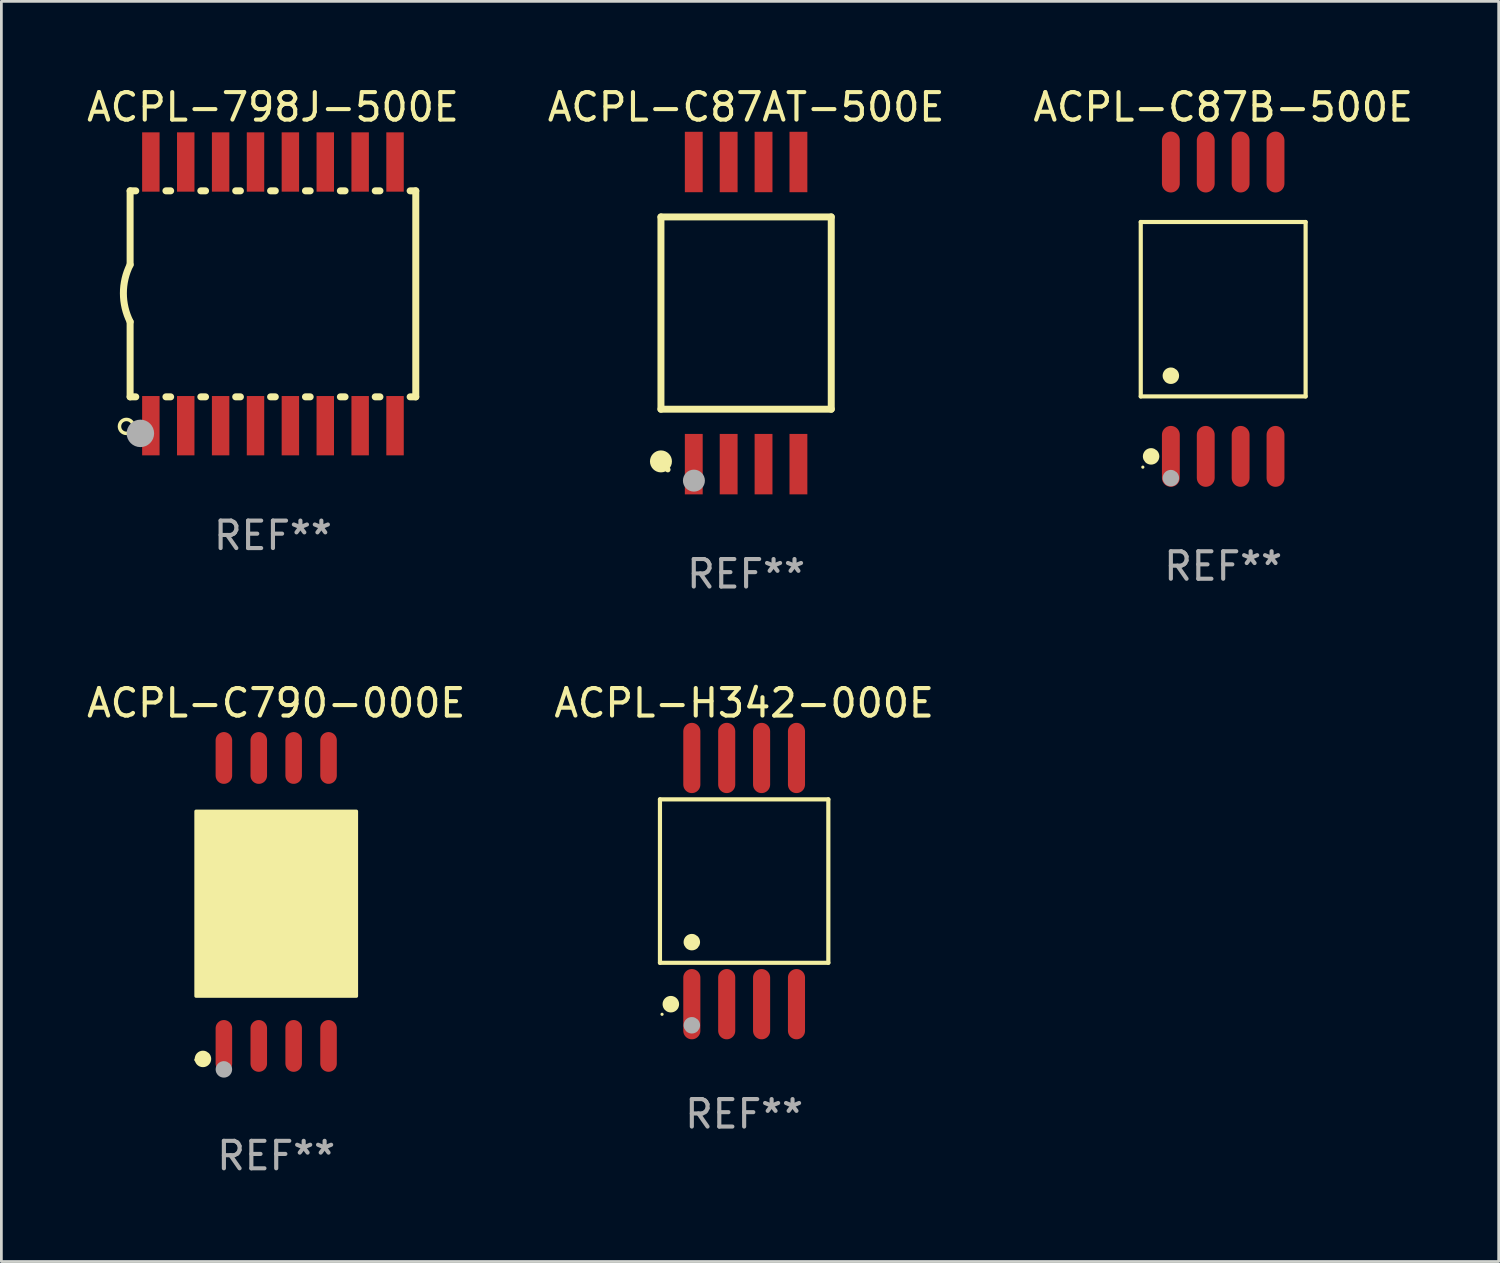
<source format=kicad_pcb>
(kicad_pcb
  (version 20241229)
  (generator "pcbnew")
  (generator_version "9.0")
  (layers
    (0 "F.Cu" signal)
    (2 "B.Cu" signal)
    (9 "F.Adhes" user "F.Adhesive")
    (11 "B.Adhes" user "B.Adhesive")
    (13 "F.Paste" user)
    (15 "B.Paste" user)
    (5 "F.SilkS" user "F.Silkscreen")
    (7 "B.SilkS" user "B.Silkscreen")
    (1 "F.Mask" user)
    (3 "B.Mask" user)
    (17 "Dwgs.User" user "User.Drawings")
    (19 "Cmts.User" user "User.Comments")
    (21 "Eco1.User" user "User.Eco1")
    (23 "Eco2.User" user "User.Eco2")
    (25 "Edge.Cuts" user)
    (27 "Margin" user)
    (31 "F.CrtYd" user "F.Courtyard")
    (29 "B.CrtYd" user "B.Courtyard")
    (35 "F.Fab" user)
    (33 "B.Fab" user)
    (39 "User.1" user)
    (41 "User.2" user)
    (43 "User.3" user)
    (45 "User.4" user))
  (footprint "ACPL-C87AT-500E"
    (layer "F.Cu")
    (at 24.113 8.348)
    (property "Reference" "ACPL-C87AT-500E" (at 0 -7.5 0) (layer "F.SilkS") (effects (font (size 1 1) (thickness 0.15))))
    (attr through_hole)
    (fp_line (start -3.1 -3.5) (end 3.1 -3.5) (stroke (width 0.254) (type solid)) (layer "F.SilkS"))
    (fp_line (start -3.1 3.5) (end -3.1 -3.5) (stroke (width 0.254) (type solid)) (layer "F.SilkS"))
    (fp_line (start 3.1 -3.5) (end 3.1 3.5) (stroke (width 0.254) (type solid)) (layer "F.SilkS"))
    (fp_line (start 3.1 3.5) (end -3.1 3.5) (stroke (width 0.254) (type solid)) (layer "F.SilkS"))
    (fp_circle (center -3.1 5.4) (end -2.9 5.4) (stroke (width 0.4) (type solid)) (fill no) (layer "F.SilkS"))
    (fp_circle (center -2.85 5.7) (end -2.8 5.7) (stroke (width 0.1) (type solid)) (fill no) (layer "F.SilkS"))
    (fp_circle (center -1.9 6.1) (end -1.7 6.1) (stroke (width 0.4) (type solid)) (fill no) (layer "F.Fab"))
    (fp_text user "REF**" (at 0 9.5 0) (layer "F.Fab") (effects (font (size 1 1) (thickness 0.15))))
    (pad "1" smd rect (at -1.905 5.5) (size 0.65 2.2) (layers "F.Cu" "F.Mask" "F.Paste"))
    (pad "2" smd rect (at -0.635 5.5) (size 0.65 2.2) (layers "F.Cu" "F.Mask" "F.Paste"))
    (pad "3" smd rect (at 0.635 5.5) (size 0.65 2.2) (layers "F.Cu" "F.Mask" "F.Paste"))
    (pad "4" smd rect (at 1.905 5.5) (size 0.65 2.2) (layers "F.Cu" "F.Mask" "F.Paste"))
    (pad "5" smd rect (at 1.905 -5.5) (size 0.65 2.2) (layers "F.Cu" "F.Mask" "F.Paste"))
    (pad "6" smd rect (at 0.635 -5.5) (size 0.65 2.2) (layers "F.Cu" "F.Mask" "F.Paste"))
    (pad "7" smd rect (at -0.635 -5.5) (size 0.65 2.2) (layers "F.Cu" "F.Mask" "F.Paste"))
    (pad "8" smd rect (at -1.905 -5.5) (size 0.65 2.2) (layers "F.Cu" "F.Mask" "F.Paste")))
  (footprint "ACPL-C790-000E"
    (layer "F.Cu")
    (at 7.006 29.787)
    (property "Reference" "ACPL-C790-000E" (at 0 -7.242 0) (layer "F.SilkS") (effects (font (size 1 1) (thickness 0.15))))
    (attr through_hole)
    (fp_circle (center -2.925 5.75) (end -2.895 5.75) (stroke (width 0.06) (type solid)) (fill no) (layer "F.SilkS"))
    (fp_circle (center -2.667 5.715) (end -2.517 5.715) (stroke (width 0.3) (type solid)) (fill no) (layer "F.SilkS"))
    (fp_poly (pts (xy -2.921 -3.302) (xy 2.921 -3.302) (xy 2.921 3.429) (xy -2.921 3.429)) (stroke (width 0.12) (type solid)) (fill yes) (layer "F.SilkS"))
    (fp_circle (center -1.905 6.096) (end -1.755 6.096) (stroke (width 0.3) (type solid)) (fill no) (layer "F.Fab"))
    (fp_text user "REF**" (at 0 9.242 0) (layer "F.Fab") (effects (font (size 1 1) (thickness 0.15))))
    (pad "1" smd oval (at -1.905 5.242) (size 0.602 1.885) (layers "F.Cu" "F.Mask" "F.Paste"))
    (pad "2" smd oval (at -0.635 5.242) (size 0.602 1.885) (layers "F.Cu" "F.Mask" "F.Paste"))
    (pad "3" smd oval (at 0.635 5.242) (size 0.602 1.885) (layers "F.Cu" "F.Mask" "F.Paste"))
    (pad "4" smd oval (at 1.905 5.242) (size 0.602 1.885) (layers "F.Cu" "F.Mask" "F.Paste"))
    (pad "5" smd oval (at 1.905 -5.242) (size 0.602 1.885) (layers "F.Cu" "F.Mask" "F.Paste"))
    (pad "6" smd oval (at 0.635 -5.242) (size 0.602 1.885) (layers "F.Cu" "F.Mask" "F.Paste"))
    (pad "7" smd oval (at -0.635 -5.242) (size 0.602 1.885) (layers "F.Cu" "F.Mask" "F.Paste"))
    (pad "8" smd oval (at -1.905 -5.242) (size 0.602 1.885) (layers "F.Cu" "F.Mask" "F.Paste")))
  (footprint "ACPL-C87B-500E"
    (layer "F.Cu")
    (at 41.482 8.207)
    (property "Reference" "ACPL-C87B-500E" (at 0 -7.358 0) (layer "F.SilkS") (effects (font (size 1 1) (thickness 0.15))))
    (attr through_hole)
    (fp_line (start -3.001 -3.175) (end 3.001 -3.175) (stroke (width 0.152) (type solid)) (layer "F.SilkS"))
    (fp_line (start -3.001 3.175) (end -3.001 -3.175) (stroke (width 0.152) (type solid)) (layer "F.SilkS"))
    (fp_line (start 3.001 -3.175) (end 3.001 3.175) (stroke (width 0.152) (type solid)) (layer "F.SilkS"))
    (fp_line (start 3.001 3.175) (end -3.001 3.175) (stroke (width 0.152) (type solid)) (layer "F.SilkS"))
    (fp_circle (center -2.925 5.75) (end -2.895 5.75) (stroke (width 0.06) (type solid)) (fill no) (layer "F.SilkS"))
    (fp_circle (center -2.624 5.358) (end -2.474 5.358) (stroke (width 0.3) (type solid)) (fill no) (layer "F.SilkS"))
    (fp_circle (center -1.905 2.422) (end -1.755 2.422) (stroke (width 0.3) (type solid)) (fill no) (layer "F.SilkS"))
    (fp_circle (center -1.905 6.15) (end -1.755 6.15) (stroke (width 0.3) (type solid)) (fill no) (layer "F.Fab"))
    (fp_text user "REF**" (at 0 9.358 0) (layer "F.Fab") (effects (font (size 1 1) (thickness 0.15))))
    (pad "1" smd oval (at -1.905 5.358) (size 0.65 2.217) (layers "F.Cu" "F.Mask" "F.Paste"))
    (pad "2" smd oval (at -0.635 5.358) (size 0.65 2.217) (layers "F.Cu" "F.Mask" "F.Paste"))
    (pad "3" smd oval (at 0.635 5.358) (size 0.65 2.217) (layers "F.Cu" "F.Mask" "F.Paste"))
    (pad "4" smd oval (at 1.905 5.358) (size 0.65 2.217) (layers "F.Cu" "F.Mask" "F.Paste"))
    (pad "5" smd oval (at 1.905 -5.358) (size 0.65 2.217) (layers "F.Cu" "F.Mask" "F.Paste"))
    (pad "6" smd oval (at 0.635 -5.358) (size 0.65 2.217) (layers "F.Cu" "F.Mask" "F.Paste"))
    (pad "7" smd oval (at -0.635 -5.358) (size 0.65 2.217) (layers "F.Cu" "F.Mask" "F.Paste"))
    (pad "8" smd oval (at -1.905 -5.358) (size 0.65 2.217) (layers "F.Cu" "F.Mask" "F.Paste")))
  (footprint "ACPL-H342-000E"
    (layer "F.Cu")
    (at 24.042 29.027)
    (property "Reference" "ACPL-H342-000E" (at 0 -6.482 0) (layer "F.SilkS") (effects (font (size 1 1) (thickness 0.15))))
    (attr through_hole)
    (fp_line (start -3.065 -2.975) (end 3.065 -2.975) (stroke (width 0.152) (type solid)) (layer "F.SilkS"))
    (fp_line (start -3.065 2.975) (end -3.065 -2.975) (stroke (width 0.152) (type solid)) (layer "F.SilkS"))
    (fp_line (start 3.065 -2.975) (end 3.065 2.975) (stroke (width 0.152) (type solid)) (layer "F.SilkS"))
    (fp_line (start 3.065 2.975) (end -3.065 2.975) (stroke (width 0.152) (type solid)) (layer "F.SilkS"))
    (fp_circle (center -2.989 4.85) (end -2.959 4.85) (stroke (width 0.06) (type solid)) (fill no) (layer "F.SilkS"))
    (fp_circle (center -2.669 4.482) (end -2.518 4.482) (stroke (width 0.3) (type solid)) (fill no) (layer "F.SilkS"))
    (fp_circle (center -1.905 2.223) (end -1.755 2.223) (stroke (width 0.3) (type solid)) (fill no) (layer "F.SilkS"))
    (fp_circle (center -1.905 5.25) (end -1.755 5.25) (stroke (width 0.3) (type solid)) (fill no) (layer "F.Fab"))
    (fp_text user "REF**" (at 0 8.482 0) (layer "F.Fab") (effects (font (size 1 1) (thickness 0.15))))
    (pad "1" smd oval (at -1.905 4.482) (size 0.622 2.558) (layers "F.Cu" "F.Mask" "F.Paste"))
    (pad "2" smd oval (at -0.635 4.482) (size 0.622 2.558) (layers "F.Cu" "F.Mask" "F.Paste"))
    (pad "3" smd oval (at 0.635 4.482) (size 0.622 2.558) (layers "F.Cu" "F.Mask" "F.Paste"))
    (pad "4" smd oval (at 1.905 4.482) (size 0.622 2.558) (layers "F.Cu" "F.Mask" "F.Paste"))
    (pad "5" smd oval (at 1.905 -4.482) (size 0.622 2.558) (layers "F.Cu" "F.Mask" "F.Paste"))
    (pad "6" smd oval (at 0.635 -4.482) (size 0.622 2.558) (layers "F.Cu" "F.Mask" "F.Paste"))
    (pad "7" smd oval (at -0.635 -4.482) (size 0.622 2.558) (layers "F.Cu" "F.Mask" "F.Paste"))
    (pad "8" smd oval (at -1.905 -4.482) (size 0.622 2.558) (layers "F.Cu" "F.Mask" "F.Paste")))
  (footprint "ACPL-798J-500E"
    (layer "F.Cu")
    (at 6.887 7.648)
    (property "Reference" "ACPL-798J-500E" (at 0 -6.8 0) (layer "F.SilkS") (effects (font (size 1 1) (thickness 0.15))))
    (attr through_hole)
    (fp_line (start -5.2 -3.75) (end -5.2 -1.06) (stroke (width 0.254) (type solid)) (layer "F.SilkS"))
    (fp_line (start -5.2 -3.75) (end -4.994 -3.75) (stroke (width 0.254) (type solid)) (layer "F.SilkS"))
    (fp_line (start -5.2 3.75) (end -5.2 1.016) (stroke (width 0.254) (type solid)) (layer "F.SilkS"))
    (fp_line (start -5.2 3.75) (end -4.994 3.75) (stroke (width 0.254) (type solid)) (layer "F.SilkS"))
    (fp_line (start -3.896 -3.75) (end -3.724 -3.75) (stroke (width 0.254) (type solid)) (layer "F.SilkS"))
    (fp_line (start -3.896 3.75) (end -3.724 3.75) (stroke (width 0.254) (type solid)) (layer "F.SilkS"))
    (fp_line (start -2.626 -3.75) (end -2.454 -3.75) (stroke (width 0.254) (type solid)) (layer "F.SilkS"))
    (fp_line (start -2.626 3.75) (end -2.454 3.75) (stroke (width 0.254) (type solid)) (layer "F.SilkS"))
    (fp_line (start -1.356 -3.75) (end -1.184 -3.75) (stroke (width 0.254) (type solid)) (layer "F.SilkS"))
    (fp_line (start -1.356 3.75) (end -1.184 3.75) (stroke (width 0.254) (type solid)) (layer "F.SilkS"))
    (fp_line (start -0.086 -3.75) (end 0.086 -3.75) (stroke (width 0.254) (type solid)) (layer "F.SilkS"))
    (fp_line (start -0.086 3.75) (end 0.086 3.75) (stroke (width 0.254) (type solid)) (layer "F.SilkS"))
    (fp_line (start 1.184 -3.75) (end 1.356 -3.75) (stroke (width 0.254) (type solid)) (layer "F.SilkS"))
    (fp_line (start 1.184 3.75) (end 1.356 3.75) (stroke (width 0.254) (type solid)) (layer "F.SilkS"))
    (fp_line (start 2.454 -3.75) (end 2.626 -3.75) (stroke (width 0.254) (type solid)) (layer "F.SilkS"))
    (fp_line (start 2.454 3.75) (end 2.626 3.75) (stroke (width 0.254) (type solid)) (layer "F.SilkS"))
    (fp_line (start 3.724 -3.75) (end 3.896 -3.75) (stroke (width 0.254) (type solid)) (layer "F.SilkS"))
    (fp_line (start 3.724 3.75) (end 3.896 3.75) (stroke (width 0.254) (type solid)) (layer "F.SilkS"))
    (fp_line (start 4.994 -3.75) (end 5.2 -3.75) (stroke (width 0.254) (type solid)) (layer "F.SilkS"))
    (fp_line (start 4.994 3.75) (end 5.2 3.75) (stroke (width 0.254) (type solid)) (layer "F.SilkS"))
    (fp_line (start 5.2 3.75) (end 5.2 -3.75) (stroke (width 0.254) (type solid)) (layer "F.SilkS"))
    (fp_arc (start -5.199391 1.016002) (mid -5.444637 -0.021925) (end -5.2 -1.059995) (stroke (width 0.254001) (type solid)) (layer "F.SilkS"))
    (fp_circle (center -5.334 4.826) (end -5.08 4.826) (stroke (width 0.127) (type solid)) (fill no) (layer "F.SilkS"))
    (fp_circle (center -5.15 5.15) (end -5.12 5.15) (stroke (width 0.06) (type solid)) (fill no) (layer "F.SilkS"))
    (fp_circle (center -4.826 5.08) (end -4.576 5.08) (stroke (width 0.5) (type solid)) (fill no) (layer "F.Fab"))
    (fp_text user "REF**" (at 0 8.8 0) (layer "F.Fab") (effects (font (size 1 1) (thickness 0.15))))
    (pad "1" smd rect (at -4.445 4.8) (size 0.635 2.16) (layers "F.Cu" "F.Mask" "F.Paste"))
    (pad "2" smd rect (at -3.175 4.8) (size 0.635 2.16) (layers "F.Cu" "F.Mask" "F.Paste"))
    (pad "3" smd rect (at -1.905 4.8) (size 0.635 2.16) (layers "F.Cu" "F.Mask" "F.Paste"))
    (pad "4" smd rect (at -0.635 4.8) (size 0.635 2.16) (layers "F.Cu" "F.Mask" "F.Paste"))
    (pad "5" smd rect (at 0.635 4.8) (size 0.635 2.16) (layers "F.Cu" "F.Mask" "F.Paste"))
    (pad "6" smd rect (at 1.905 4.8) (size 0.635 2.16) (layers "F.Cu" "F.Mask" "F.Paste"))
    (pad "7" smd rect (at 3.175 4.8) (size 0.635 2.16) (layers "F.Cu" "F.Mask" "F.Paste"))
    (pad "8" smd rect (at 4.445 4.8) (size 0.635 2.16) (layers "F.Cu" "F.Mask" "F.Paste"))
    (pad "9" smd rect (at 4.445 -4.8) (size 0.635 2.16) (layers "F.Cu" "F.Mask" "F.Paste"))
    (pad "10" smd rect (at 3.175 -4.8) (size 0.635 2.16) (layers "F.Cu" "F.Mask" "F.Paste"))
    (pad "11" smd rect (at 1.905 -4.8) (size 0.635 2.16) (layers "F.Cu" "F.Mask" "F.Paste"))
    (pad "12" smd rect (at 0.635 -4.8) (size 0.635 2.16) (layers "F.Cu" "F.Mask" "F.Paste"))
    (pad "13" smd rect (at -0.635 -4.8) (size 0.635 2.16) (layers "F.Cu" "F.Mask" "F.Paste"))
    (pad "14" smd rect (at -1.905 -4.8) (size 0.635 2.16) (layers "F.Cu" "F.Mask" "F.Paste"))
    (pad "15" smd rect (at -3.175 -4.8) (size 0.635 2.16) (layers "F.Cu" "F.Mask" "F.Paste"))
    (pad "16" smd rect (at -4.445 -4.8) (size 0.635 2.16) (layers "F.Cu" "F.Mask" "F.Paste")))
  (gr_rect
    (start -3 -3)
    (end 51.512 42.878)
    (stroke (width 0.1) (type default))
    (fill no)
    (layer "Edge.Cuts")))
</source>
